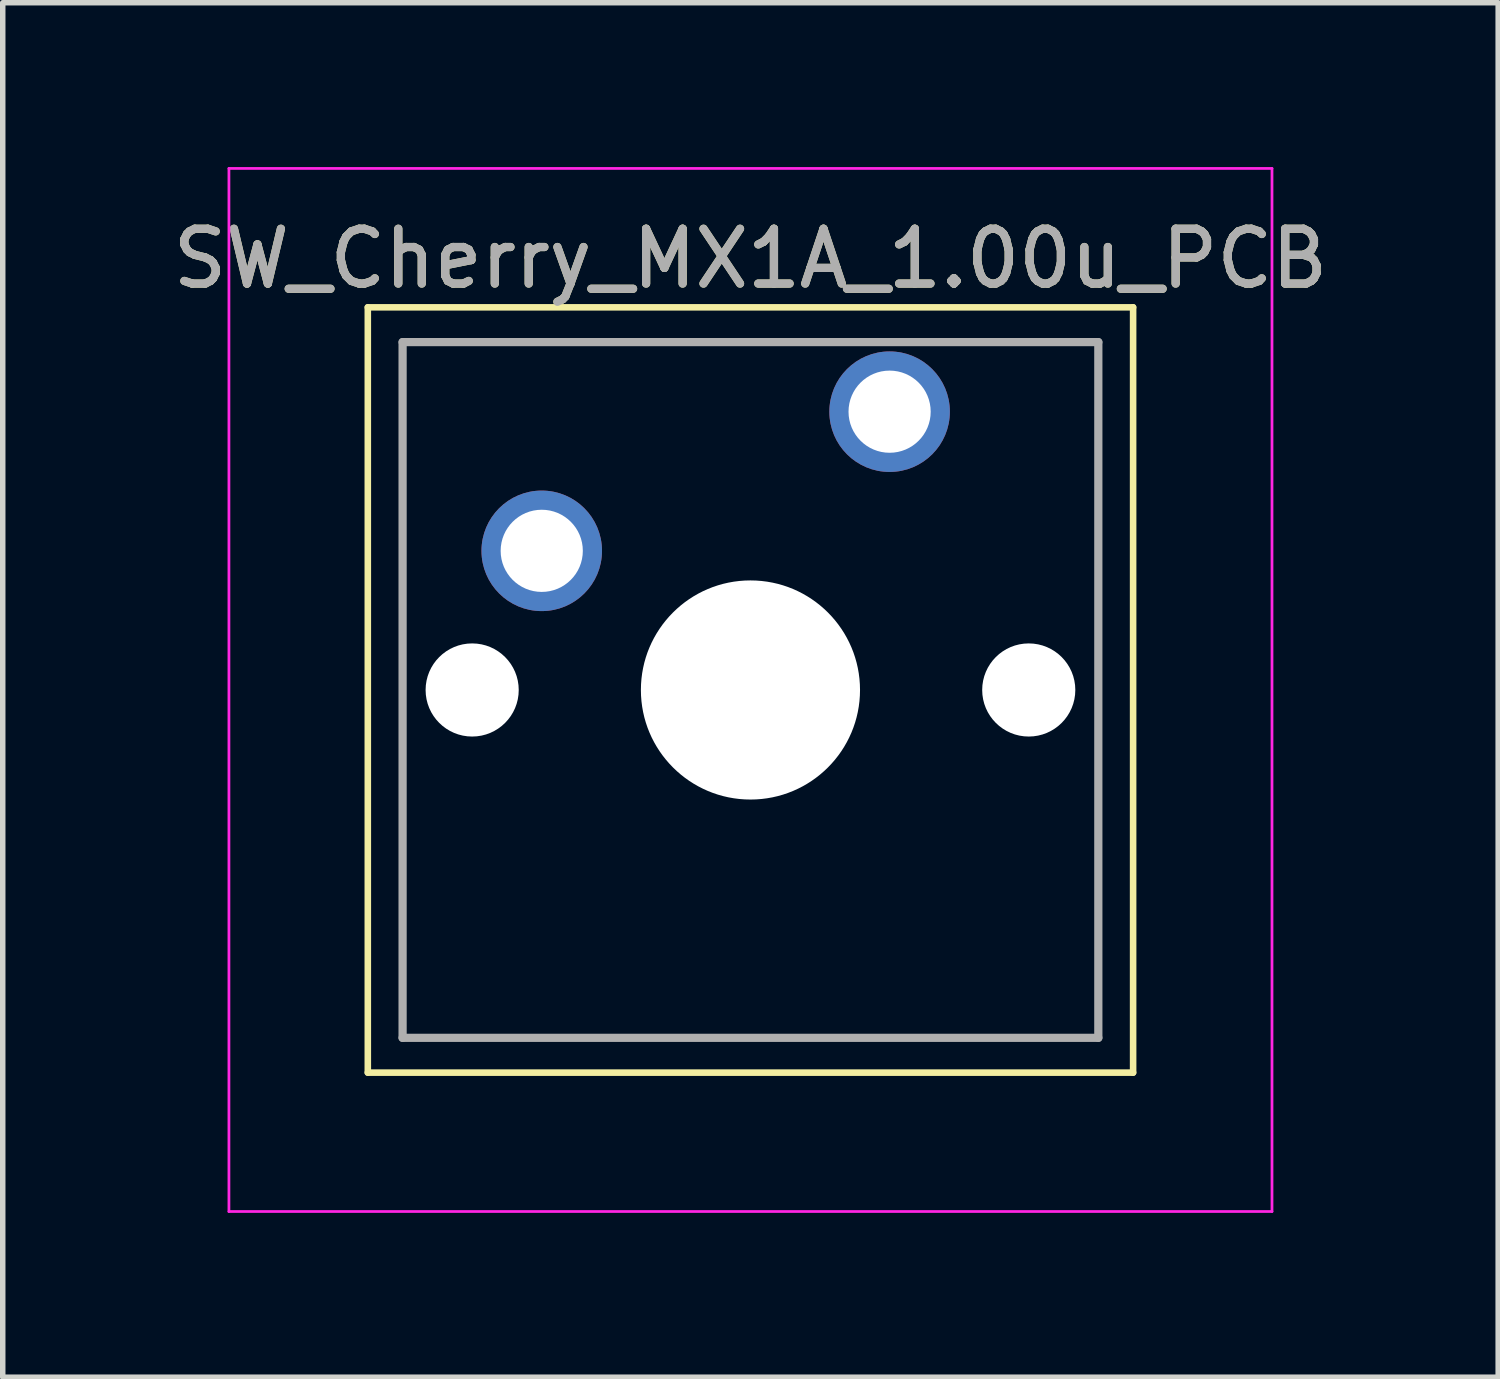
<source format=kicad_pcb>
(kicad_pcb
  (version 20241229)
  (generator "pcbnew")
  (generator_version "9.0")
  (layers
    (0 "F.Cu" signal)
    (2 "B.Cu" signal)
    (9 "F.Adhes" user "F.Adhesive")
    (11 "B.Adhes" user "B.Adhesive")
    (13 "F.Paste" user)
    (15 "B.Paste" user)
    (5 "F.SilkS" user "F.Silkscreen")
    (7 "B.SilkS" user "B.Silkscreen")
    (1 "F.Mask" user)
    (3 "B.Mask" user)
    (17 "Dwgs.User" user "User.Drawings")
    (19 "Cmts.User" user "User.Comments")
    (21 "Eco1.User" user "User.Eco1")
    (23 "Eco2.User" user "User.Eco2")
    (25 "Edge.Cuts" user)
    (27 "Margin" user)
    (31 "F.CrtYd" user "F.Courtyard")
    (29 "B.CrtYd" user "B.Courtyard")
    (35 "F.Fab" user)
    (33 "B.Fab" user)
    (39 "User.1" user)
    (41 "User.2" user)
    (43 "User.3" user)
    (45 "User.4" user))
  (footprint "SW_Cherry_MX1A_1.00u_PCB"
    (layer "F.Cu")
    (at 13.189 4.465)
    (property "Reference" "SW_Cherry_MX1A_1.00u_PCB" (at -2.54 -2.794 0) (layer "F.SilkS") (effects (font (size 1 1) (thickness 0.15))))
    (attr through_hole)
    (fp_line (start -9.525 -1.905) (end 4.445 -1.905) (stroke (width 0.12) (type solid)) (layer "F.SilkS"))
    (fp_line (start -9.525 12.065) (end -9.525 -1.905) (stroke (width 0.12) (type solid)) (layer "F.SilkS"))
    (fp_line (start 4.445 -1.905) (end 4.445 12.065) (stroke (width 0.12) (type solid)) (layer "F.SilkS"))
    (fp_line (start 4.445 12.065) (end -9.525 12.065) (stroke (width 0.12) (type solid)) (layer "F.SilkS"))
    (fp_line (start -12.06 -4.44) (end 6.98 -4.44) (stroke (width 0.05) (type solid)) (layer "F.CrtYd"))
    (fp_line (start -12.06 14.6) (end -12.06 -4.44) (stroke (width 0.05) (type solid)) (layer "F.CrtYd"))
    (fp_line (start 6.98 -4.44) (end 6.98 14.6) (stroke (width 0.05) (type solid)) (layer "F.CrtYd"))
    (fp_line (start 6.98 14.6) (end -12.06 14.6) (stroke (width 0.05) (type solid)) (layer "F.CrtYd"))
    (fp_line (start -8.89 -1.27) (end 3.81 -1.27) (stroke (width 0.15) (type solid)) (layer "F.Fab"))
    (fp_line (start -8.89 11.43) (end -8.89 -1.27) (stroke (width 0.15) (type solid)) (layer "F.Fab"))
    (fp_line (start 3.81 -1.27) (end 3.81 11.43) (stroke (width 0.15) (type solid)) (layer "F.Fab"))
    (fp_line (start 3.81 11.43) (end -8.89 11.43) (stroke (width 0.15) (type solid)) (layer "F.Fab"))
    (fp_text user "${REFERENCE}" (at -2.54 -2.794 0) (layer "F.Fab") (effects (font (size 1 1) (thickness 0.15))))
    (pad "" np_thru_hole circle (at -7.62 5.08) (size 1.7 1.7) (drill 1.7) (layers "*.Cu" "*.Mask"))
    (pad "" np_thru_hole circle (at -2.54 5.08) (size 4 4) (drill 4) (layers "*.Cu" "*.Mask"))
    (pad "" np_thru_hole circle (at 2.54 5.08) (size 1.7 1.7) (drill 1.7) (layers "*.Cu" "*.Mask"))
    (pad "1" thru_hole circle (at 0 0) (size 2.2 2.2) (drill 1.5) (layers "*.Cu" "*.Mask"))
    (pad "2" thru_hole circle (at -6.35 2.54) (size 2.2 2.2) (drill 1.5) (layers "*.Cu" "*.Mask")))
  (gr_rect
    (start -3 -3)
    (end 24.298 22.09)
    (stroke (width 0.1) (type default))
    (fill no)
    (layer "Edge.Cuts")))
</source>
